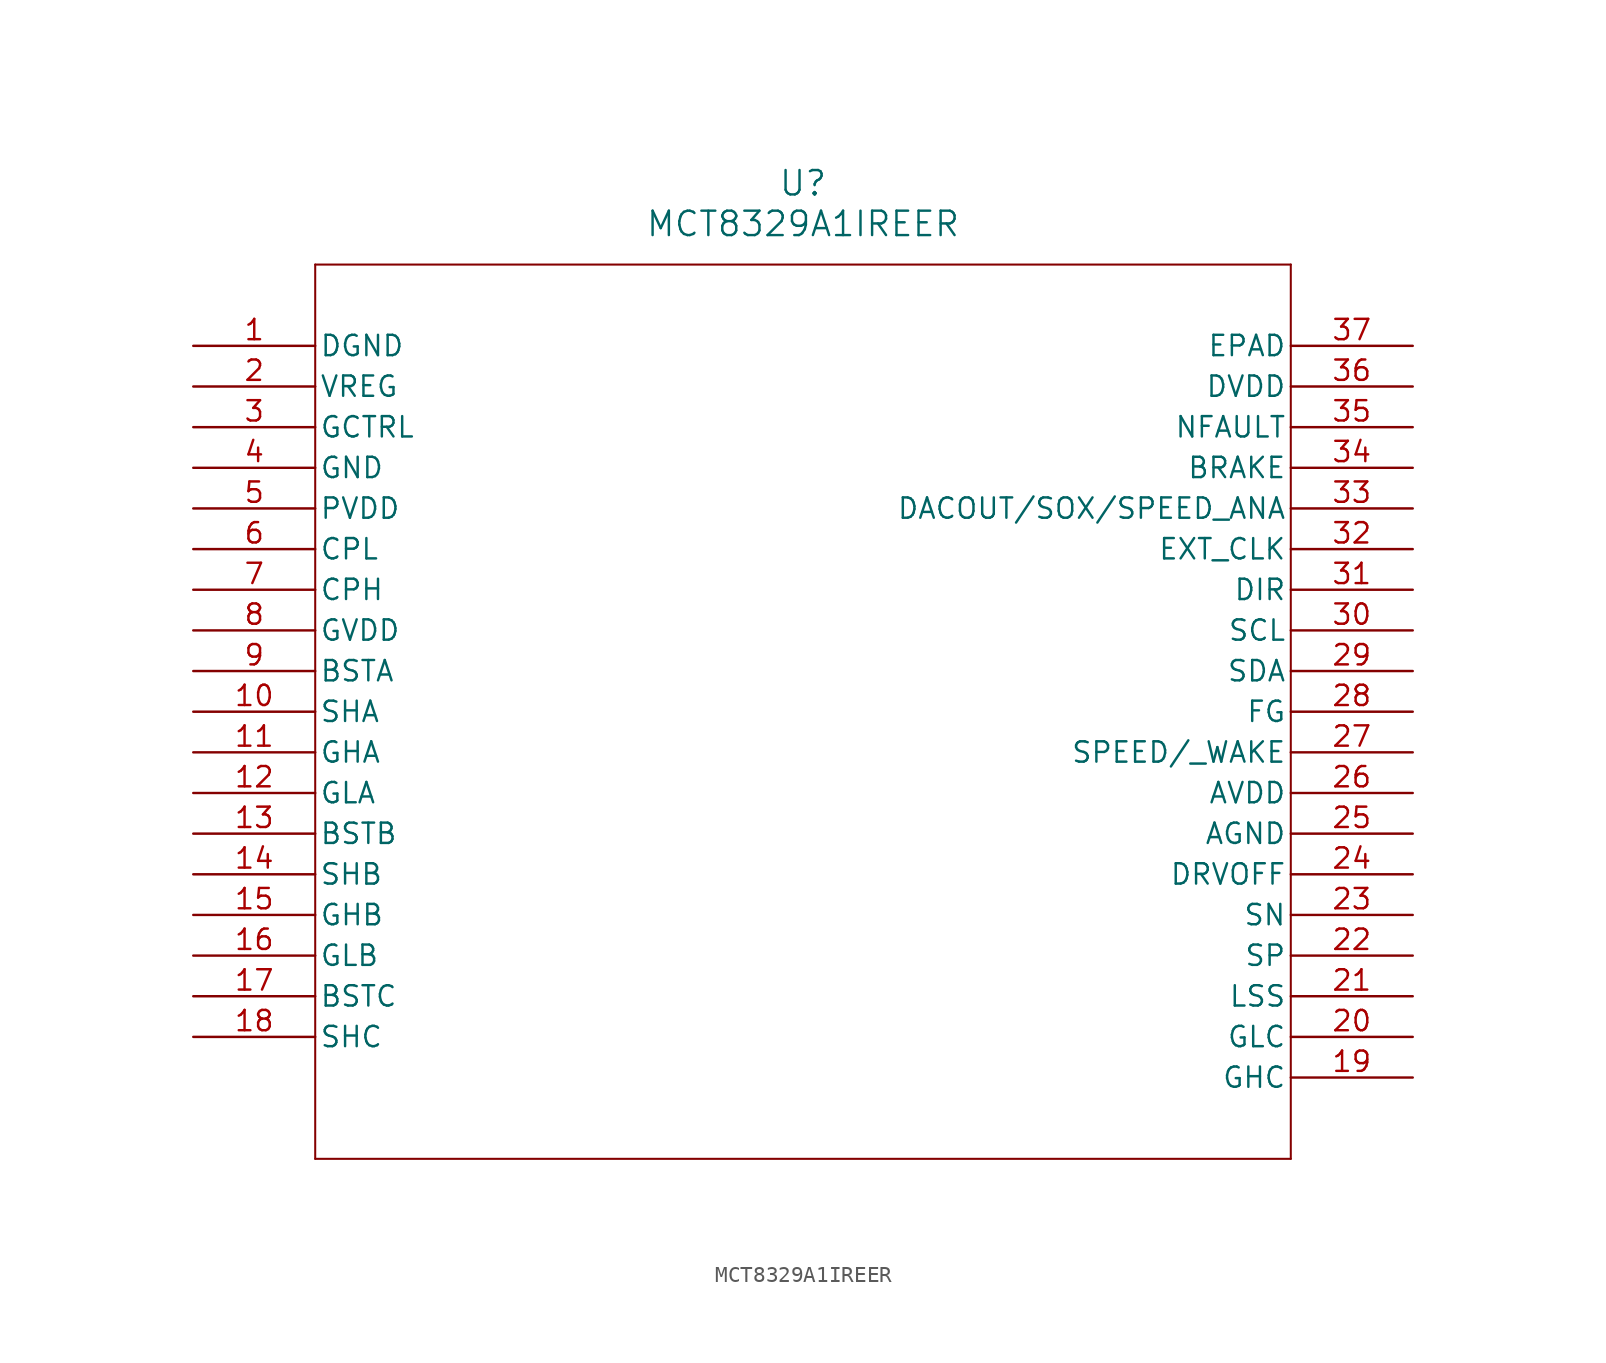
<source format=kicad_sym>
(kicad_symbol_lib
  (version 20211014)
  (generator kicad_symbol_editor)
  (symbol "MCT8329A1IREER"
    (pin_names
      (offset 0.254))
    (property "Reference" "U"
      (at 38.1 10.16 0)
      (effects (font (size 1.524 1.524))))
    (property "Value" "MCT8329A1IREER"
      (at 38.1 7.62 0)
      (effects (font (size 1.524 1.524))))
    (symbol "MCT8329A1IREER_0_1"
      (polyline (pts (xy 7.62 5.08) (xy 7.62 -50.8)) (stroke (width 0.127) (type default) (color 0 0 0 0)) (fill (type none)))
      (polyline (pts (xy 7.62 -50.8) (xy 68.58 -50.8)) (stroke (width 0.127) (type default) (color 0 0 0 0)) (fill (type none)))
      (polyline (pts (xy 68.58 -50.8) (xy 68.58 5.08)) (stroke (width 0.127) (type default) (color 0 0 0 0)) (fill (type none)))
      (polyline (pts (xy 68.58 5.08) (xy 7.62 5.08)) (stroke (width 0.127) (type default) (color 0 0 0 0)) (fill (type none)))
      (pin power_out line (at 0 0 0) (length 7.62) (name "DGND" (effects (font (size 1.27 1.27)))) (number "1" (effects (font (size 1.27 1.27)))))
      (pin power_in line (at 0 -2.54 0) (length 7.62) (name "VREG" (effects (font (size 1.27 1.27)))) (number "2" (effects (font (size 1.27 1.27)))))
      (pin output line (at 0 -5.08 0) (length 7.62) (name "GCTRL" (effects (font (size 1.27 1.27)))) (number "3" (effects (font (size 1.27 1.27)))))
      (pin power_out line (at 0 -7.62 0) (length 7.62) (name "GND" (effects (font (size 1.27 1.27)))) (number "4" (effects (font (size 1.27 1.27)))))
      (pin power_in line (at 0 -10.16 0) (length 7.62) (name "PVDD" (effects (font (size 1.27 1.27)))) (number "5" (effects (font (size 1.27 1.27)))))
      (pin power_in line (at 0 -12.7 0) (length 7.62) (name "CPL" (effects (font (size 1.27 1.27)))) (number "6" (effects (font (size 1.27 1.27)))))
      (pin power_in line (at 0 -15.24 0) (length 7.62) (name "CPH" (effects (font (size 1.27 1.27)))) (number "7" (effects (font (size 1.27 1.27)))))
      (pin power_in line (at 0 -17.78 0) (length 7.62) (name "GVDD" (effects (font (size 1.27 1.27)))) (number "8" (effects (font (size 1.27 1.27)))))
      (pin output line (at 0 -20.32 0) (length 7.62) (name "BSTA" (effects (font (size 1.27 1.27)))) (number "9" (effects (font (size 1.27 1.27)))))
      (pin bidirectional line (at 0 -22.86 0) (length 7.62) (name "SHA" (effects (font (size 1.27 1.27)))) (number "10" (effects (font (size 1.27 1.27)))))
      (pin output line (at 0 -25.4 0) (length 7.62) (name "GHA" (effects (font (size 1.27 1.27)))) (number "11" (effects (font (size 1.27 1.27)))))
      (pin output line (at 0 -27.94 0) (length 7.62) (name "GLA" (effects (font (size 1.27 1.27)))) (number "12" (effects (font (size 1.27 1.27)))))
      (pin output line (at 0 -30.48 0) (length 7.62) (name "BSTB" (effects (font (size 1.27 1.27)))) (number "13" (effects (font (size 1.27 1.27)))))
      (pin bidirectional line (at 0 -33.02 0) (length 7.62) (name "SHB" (effects (font (size 1.27 1.27)))) (number "14" (effects (font (size 1.27 1.27)))))
      (pin output line (at 0 -35.56 0) (length 7.62) (name "GHB" (effects (font (size 1.27 1.27)))) (number "15" (effects (font (size 1.27 1.27)))))
      (pin output line (at 0 -38.1 0) (length 7.62) (name "GLB" (effects (font (size 1.27 1.27)))) (number "16" (effects (font (size 1.27 1.27)))))
      (pin output line (at 0 -40.64 0) (length 7.62) (name "BSTC" (effects (font (size 1.27 1.27)))) (number "17" (effects (font (size 1.27 1.27)))))
      (pin bidirectional line (at 0 -43.18 0) (length 7.62) (name "SHC" (effects (font (size 1.27 1.27)))) (number "18" (effects (font (size 1.27 1.27)))))
      (pin output line (at 76.2 -45.72 180) (length 7.62) (name "GHC" (effects (font (size 1.27 1.27)))) (number "19" (effects (font (size 1.27 1.27)))))
      (pin output line (at 76.2 -43.18 180) (length 7.62) (name "GLC" (effects (font (size 1.27 1.27)))) (number "20" (effects (font (size 1.27 1.27)))))
      (pin power_in line (at 76.2 -40.64 180) (length 7.62) (name "LSS" (effects (font (size 1.27 1.27)))) (number "21" (effects (font (size 1.27 1.27)))))
      (pin input line (at 76.2 -38.1 180) (length 7.62) (name "SP" (effects (font (size 1.27 1.27)))) (number "22" (effects (font (size 1.27 1.27)))))
      (pin input line (at 76.2 -35.56 180) (length 7.62) (name "SN" (effects (font (size 1.27 1.27)))) (number "23" (effects (font (size 1.27 1.27)))))
      (pin input line (at 76.2 -33.02 180) (length 7.62) (name "DRVOFF" (effects (font (size 1.27 1.27)))) (number "24" (effects (font (size 1.27 1.27)))))
      (pin power_out line (at 76.2 -30.48 180) (length 7.62) (name "AGND" (effects (font (size 1.27 1.27)))) (number "25" (effects (font (size 1.27 1.27)))))
      (pin power_in line (at 76.2 -27.94 180) (length 7.62) (name "AVDD" (effects (font (size 1.27 1.27)))) (number "26" (effects (font (size 1.27 1.27)))))
      (pin input line (at 76.2 -25.4 180) (length 7.62) (name "SPEED/ WAKE" (effects (font (size 1.27 1.27)))) (number "27" (effects (font (size 1.27 1.27)))))
      (pin output line (at 76.2 -22.86 180) (length 7.62) (name "FG" (effects (font (size 1.27 1.27)))) (number "28" (effects (font (size 1.27 1.27)))))
      (pin bidirectional line (at 76.2 -20.32 180) (length 7.62) (name "SDA" (effects (font (size 1.27 1.27)))) (number "29" (effects (font (size 1.27 1.27)))))
      (pin input line (at 76.2 -17.78 180) (length 7.62) (name "SCL" (effects (font (size 1.27 1.27)))) (number "30" (effects (font (size 1.27 1.27)))))
      (pin input line (at 76.2 -15.24 180) (length 7.62) (name "DIR" (effects (font (size 1.27 1.27)))) (number "31" (effects (font (size 1.27 1.27)))))
      (pin input line (at 76.2 -12.7 180) (length 7.62) (name "EXT_CLK" (effects (font (size 1.27 1.27)))) (number "32" (effects (font (size 1.27 1.27)))))
      (pin bidirectional line (at 76.2 -10.16 180) (length 7.62) (name "DACOUT/SOX/SPEED_ANA" (effects (font (size 1.27 1.27)))) (number "33" (effects (font (size 1.27 1.27)))))
      (pin input line (at 76.2 -7.62 180) (length 7.62) (name "BRAKE" (effects (font (size 1.27 1.27)))) (number "34" (effects (font (size 1.27 1.27)))))
      (pin output line (at 76.2 -5.08 180) (length 7.62) (name "NFAULT" (effects (font (size 1.27 1.27)))) (number "35" (effects (font (size 1.27 1.27)))))
      (pin power_in line (at 76.2 -2.54 180) (length 7.62) (name "DVDD" (effects (font (size 1.27 1.27)))) (number "36" (effects (font (size 1.27 1.27)))))
      (pin power_out line (at 76.2 0 180) (length 7.62) (name "EPAD" (effects (font (size 1.27 1.27)))) (number "37" (effects (font (size 1.27 1.27))))))))
</source>
